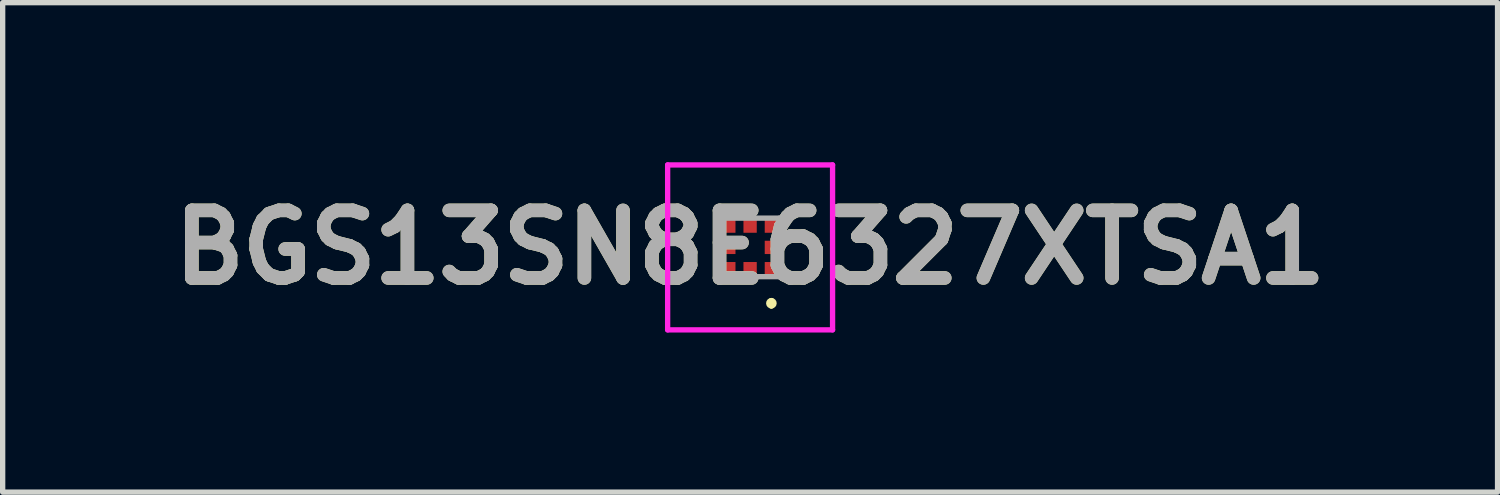
<source format=kicad_pcb>
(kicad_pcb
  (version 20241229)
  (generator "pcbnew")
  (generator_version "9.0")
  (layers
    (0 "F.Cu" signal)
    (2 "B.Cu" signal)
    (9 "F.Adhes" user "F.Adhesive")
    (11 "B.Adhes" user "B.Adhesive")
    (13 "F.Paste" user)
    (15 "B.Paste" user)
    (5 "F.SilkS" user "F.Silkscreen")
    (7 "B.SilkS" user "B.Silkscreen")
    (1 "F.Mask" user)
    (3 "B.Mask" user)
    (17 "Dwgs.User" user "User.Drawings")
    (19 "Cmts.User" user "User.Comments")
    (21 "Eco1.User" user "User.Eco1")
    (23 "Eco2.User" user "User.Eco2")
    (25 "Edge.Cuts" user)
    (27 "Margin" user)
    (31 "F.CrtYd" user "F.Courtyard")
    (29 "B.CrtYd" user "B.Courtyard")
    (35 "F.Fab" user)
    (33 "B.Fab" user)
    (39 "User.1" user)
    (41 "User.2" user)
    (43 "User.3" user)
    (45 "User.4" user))
  (footprint "BGS13SN8E6327XTSA1"
    (layer "F.Cu")
    (at 11.049 1.6)
    (property "Reference" "BGS13SN8E6327XTSA1" (at 0 0 0) (layer "F.SilkS") (effects (font (size 1.27 1.27) (thickness 0.254))))
    (attr smd)
    (fp_line (start 0.4 1) (end 0.4 1) (stroke (width 0.1) (type solid)) (layer "F.SilkS"))
    (fp_line (start 0.4 1.1) (end 0.4 1.1) (stroke (width 0.1) (type solid)) (layer "F.SilkS"))
    (fp_arc (start 0.4 1) (mid 0.45 1.05) (end 0.4 1.1) (stroke (width 0.1) (type solid)) (layer "F.SilkS"))
    (fp_arc (start 0.4 1.1) (mid 0.35 1.05) (end 0.4 1) (stroke (width 0.1) (type solid)) (layer "F.SilkS"))
    (fp_line (start -1.55 -1.55) (end 1.55 -1.55) (stroke (width 0.1) (type solid)) (layer "F.CrtYd"))
    (fp_line (start -1.55 1.55) (end -1.55 -1.55) (stroke (width 0.1) (type solid)) (layer "F.CrtYd"))
    (fp_line (start 1.55 -1.55) (end 1.55 1.55) (stroke (width 0.1) (type solid)) (layer "F.CrtYd"))
    (fp_line (start 1.55 1.55) (end -1.55 1.55) (stroke (width 0.1) (type solid)) (layer "F.CrtYd"))
    (fp_line (start -0.55 -0.55) (end 0.55 -0.55) (stroke (width 0.1) (type solid)) (layer "F.Fab"))
    (fp_line (start -0.55 0.55) (end -0.55 -0.55) (stroke (width 0.1) (type solid)) (layer "F.Fab"))
    (fp_line (start 0.55 -0.55) (end 0.55 0.55) (stroke (width 0.1) (type solid)) (layer "F.Fab"))
    (fp_line (start 0.55 0.55) (end -0.55 0.55) (stroke (width 0.1) (type solid)) (layer "F.Fab"))
    (fp_text user "${REFERENCE}" (at 0 0 0) (layer "F.Fab") (effects (font (size 1.27 1.27) (thickness 0.254))))
    (pad "1" smd rect (at 0.4 0.4 90) (size 0.25 0.25) (layers "F.Cu" "F.Mask" "F.Paste"))
    (pad "2" smd rect (at 0.4 0 90) (size 0.25 0.25) (layers "F.Cu" "F.Mask" "F.Paste"))
    (pad "3" smd rect (at 0.4 -0.4 90) (size 0.25 0.25) (layers "F.Cu" "F.Mask" "F.Paste"))
    (pad "4" smd rect (at 0 -0.4 90) (size 0.25 0.25) (layers "F.Cu" "F.Mask" "F.Paste"))
    (pad "5" smd rect (at -0.4 -0.4 90) (size 0.25 0.25) (layers "F.Cu" "F.Mask" "F.Paste"))
    (pad "6" smd rect (at -0.4 0 90) (size 0.25 0.25) (layers "F.Cu" "F.Mask" "F.Paste"))
    (pad "7" smd rect (at -0.4 0.4 90) (size 0.25 0.25) (layers "F.Cu" "F.Mask" "F.Paste"))
    (pad "8" smd rect (at 0 0.4 90) (size 0.25 0.25) (layers "F.Cu" "F.Mask" "F.Paste")))
  (gr_rect
    (start -3 -3)
    (end 25.098 6.2)
    (stroke (width 0.1) (type default))
    (fill no)
    (layer "Edge.Cuts")))
</source>
